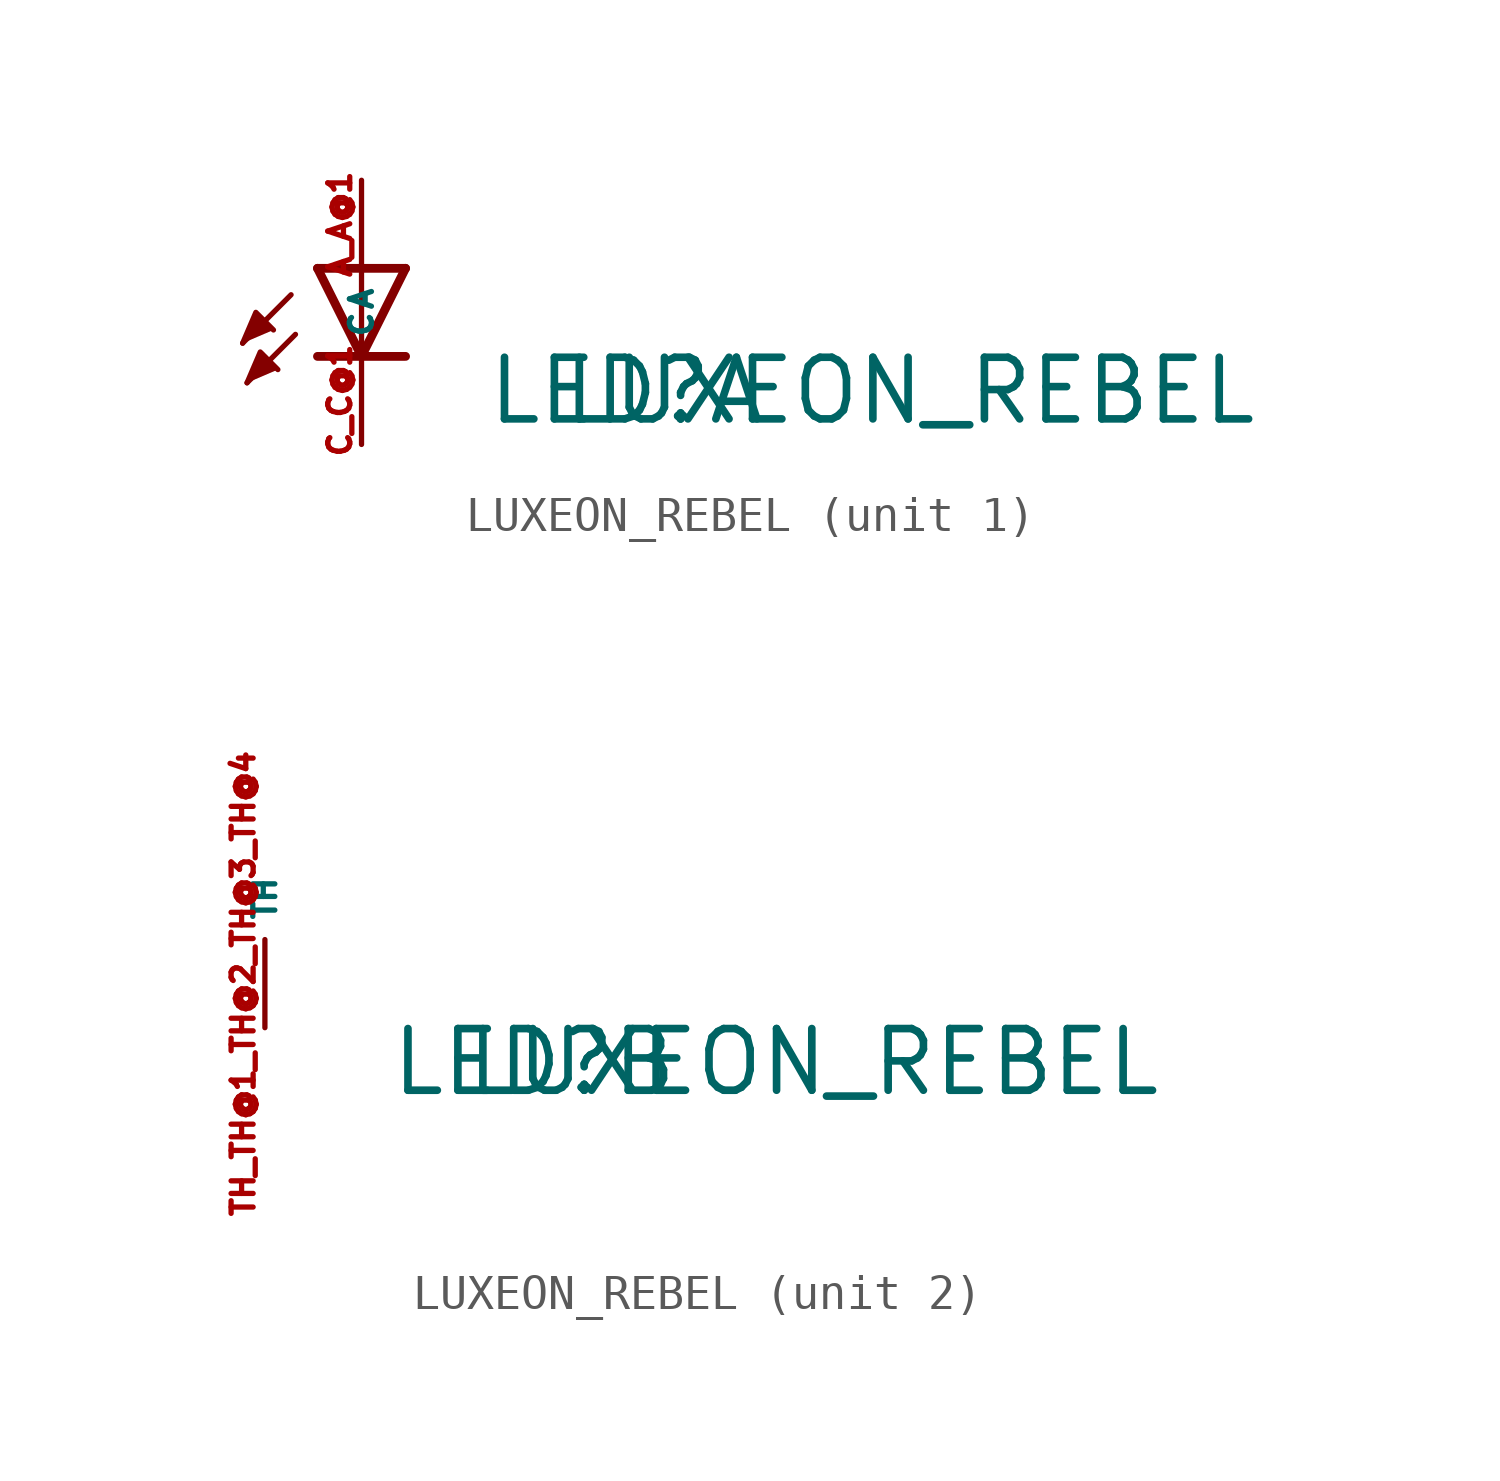
<source format=kicad_sym>
(kicad_symbol_lib
  (version 20220914)
  (generator Eagle2Kicad)
  (symbol "LUXEON_REBEL"
    (property "Reference" "LED"
      (at 3.556 -4.572 0)
      (effects (font (size 1.778 1.778) (thickness 0.22)) (justify left bottom)))
    (property "Value" "LUXEON_REBEL"
      (at 5.715 -4.572 0)
      (effects (font (size 1.778 1.778) (thickness 0.22)) (justify left bottom)))
    (symbol "LUXEON_REBEL_1_0"
      (polyline (pts (xy -3.429 -2.159) (xy -3.048 -1.27) (xy -2.54 -1.778)) (stroke (width 0.152) (type default)) (fill (type outline)))
      (polyline (pts (xy -3.302 -3.302) (xy -2.921 -2.413) (xy -2.413 -2.921)) (stroke (width 0.152) (type default)) (fill (type outline)))
      (polyline (pts (xy 1.27 0) (xy 0 -2.54)) (stroke (width 0.254) (type default)) (fill (type none)))
      (polyline (pts (xy 0 -2.54) (xy -1.27 0)) (stroke (width 0.254) (type default)) (fill (type none)))
      (polyline (pts (xy 1.27 -2.54) (xy 0 -2.54)) (stroke (width 0.254) (type default)) (fill (type none)))
      (polyline (pts (xy 0 -2.54) (xy -1.27 -2.54)) (stroke (width 0.254) (type default)) (fill (type none)))
      (polyline (pts (xy 1.27 0) (xy 0 0)) (stroke (width 0.254) (type default)) (fill (type none)))
      (polyline (pts (xy 0 0) (xy -1.27 0)) (stroke (width 0.254) (type default)) (fill (type none)))
      (polyline (pts (xy 0 0) (xy 0 -2.54)) (stroke (width 0.152) (type default)) (fill (type none)))
      (polyline (pts (xy -2.032 -0.762) (xy -3.429 -2.159)) (stroke (width 0.152) (type default)) (fill (type none)))
      (polyline (pts (xy -1.905 -1.905) (xy -3.302 -3.302)) (stroke (width 0.152) (type default)) (fill (type none)))
      (pin passive line (at 0 -5.08 90) (length 2.54) (name "C" (effects (font (size 0.635 0.635) (thickness 0.08)) (justify left bottom))) (number "C C@1" (effects (font (size 0.635 0.635) (thickness 0.08)) (justify left bottom))))
      (pin passive line (at 0 2.54 270) (length 2.54) (name "A" (effects (font (size 0.635 0.635) (thickness 0.08)) (justify left bottom))) (number "A A@1" (effects (font (size 0.635 0.635) (thickness 0.08)) (justify left bottom)))))
    (symbol "LUXEON_REBEL_2_0"
      (pin unspecified line (at 0 -2.54 90) (length 2.54) (name "TH" (effects (font (size 0.635 0.635) (thickness 0.08)) (justify left bottom))) (number "TH TH@1 TH@2 TH@3 TH@4" (effects (font (size 0.635 0.635) (thickness 0.08)) (justify left bottom)))))))
</source>
